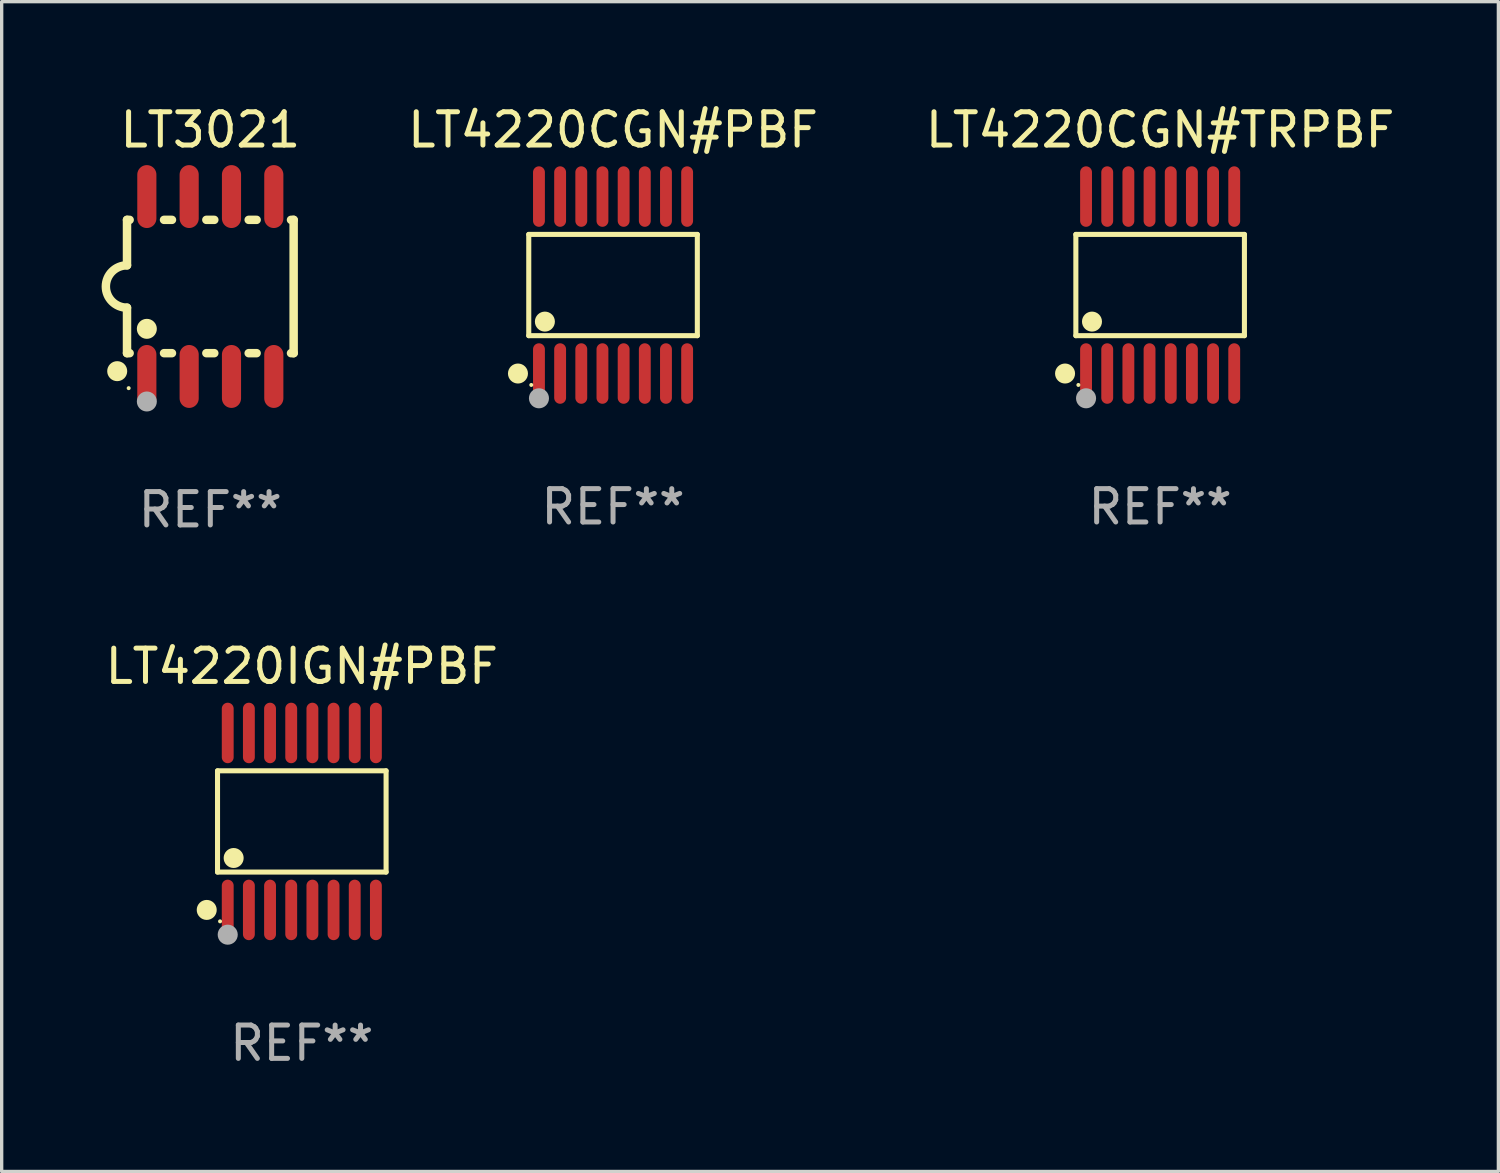
<source format=kicad_pcb>
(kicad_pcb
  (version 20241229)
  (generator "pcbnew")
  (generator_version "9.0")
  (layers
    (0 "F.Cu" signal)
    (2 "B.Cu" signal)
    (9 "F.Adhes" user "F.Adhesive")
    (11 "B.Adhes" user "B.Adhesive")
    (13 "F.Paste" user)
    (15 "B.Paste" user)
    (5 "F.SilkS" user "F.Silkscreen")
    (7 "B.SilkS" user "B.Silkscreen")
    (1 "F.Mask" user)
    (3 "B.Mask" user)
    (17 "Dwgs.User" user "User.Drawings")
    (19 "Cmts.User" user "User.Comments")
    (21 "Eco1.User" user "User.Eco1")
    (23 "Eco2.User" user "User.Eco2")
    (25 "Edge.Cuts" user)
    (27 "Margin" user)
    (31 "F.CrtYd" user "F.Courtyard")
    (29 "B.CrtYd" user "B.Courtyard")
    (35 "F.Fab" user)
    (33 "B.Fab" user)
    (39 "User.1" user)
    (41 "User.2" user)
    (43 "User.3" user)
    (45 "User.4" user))
  (footprint "LT4220IGN#PBF"
    (layer "F.Cu")
    (at 6.006 21.598)
    (property "Reference" "LT4220IGN#PBF" (at 0 -4.655 0) (layer "F.SilkS") (effects (font (size 1 1) (thickness 0.15))))
    (attr through_hole)
    (fp_line (start -2.529 -1.519) (end 2.529 -1.519) (stroke (width 0.152) (type solid)) (layer "F.SilkS"))
    (fp_line (start -2.529 1.519) (end -2.529 -1.519) (stroke (width 0.152) (type solid)) (layer "F.SilkS"))
    (fp_line (start 2.529 -1.519) (end 2.529 1.519) (stroke (width 0.152) (type solid)) (layer "F.SilkS"))
    (fp_line (start 2.529 1.519) (end -2.529 1.519) (stroke (width 0.152) (type solid)) (layer "F.SilkS"))
    (fp_circle (center -2.853 2.655) (end -2.703 2.655) (stroke (width 0.3) (type solid)) (fill no) (layer "F.SilkS"))
    (fp_circle (center -2.453 2.998) (end -2.423 2.998) (stroke (width 0.06) (type solid)) (fill no) (layer "F.SilkS"))
    (fp_circle (center -2.045 1.097) (end -1.895 1.097) (stroke (width 0.3) (type solid)) (fill no) (layer "F.SilkS"))
    (fp_circle (center -2.223 3.398) (end -2.072 3.398) (stroke (width 0.3) (type solid)) (fill no) (layer "F.Fab"))
    (fp_text user "REF**" (at 0 6.655 0) (layer "F.Fab") (effects (font (size 1 1) (thickness 0.15))))
    (pad "1" smd oval (at -2.223 2.655) (size 0.356 1.815) (layers "F.Cu" "F.Mask" "F.Paste"))
    (pad "2" smd oval (at -1.588 2.655) (size 0.356 1.815) (layers "F.Cu" "F.Mask" "F.Paste"))
    (pad "3" smd oval (at -0.953 2.655) (size 0.356 1.815) (layers "F.Cu" "F.Mask" "F.Paste"))
    (pad "4" smd oval (at -0.318 2.655) (size 0.356 1.815) (layers "F.Cu" "F.Mask" "F.Paste"))
    (pad "5" smd oval (at 0.318 2.655) (size 0.356 1.815) (layers "F.Cu" "F.Mask" "F.Paste"))
    (pad "6" smd oval (at 0.953 2.655) (size 0.356 1.815) (layers "F.Cu" "F.Mask" "F.Paste"))
    (pad "7" smd oval (at 1.588 2.655) (size 0.356 1.815) (layers "F.Cu" "F.Mask" "F.Paste"))
    (pad "8" smd oval (at 2.223 2.655) (size 0.356 1.815) (layers "F.Cu" "F.Mask" "F.Paste"))
    (pad "9" smd oval (at 2.223 -2.655) (size 0.356 1.815) (layers "F.Cu" "F.Mask" "F.Paste"))
    (pad "10" smd oval (at 1.588 -2.655) (size 0.356 1.815) (layers "F.Cu" "F.Mask" "F.Paste"))
    (pad "11" smd oval (at 0.953 -2.655) (size 0.356 1.815) (layers "F.Cu" "F.Mask" "F.Paste"))
    (pad "12" smd oval (at 0.318 -2.655) (size 0.356 1.815) (layers "F.Cu" "F.Mask" "F.Paste"))
    (pad "13" smd oval (at -0.318 -2.655) (size 0.356 1.815) (layers "F.Cu" "F.Mask" "F.Paste"))
    (pad "14" smd oval (at -0.953 -2.655) (size 0.356 1.815) (layers "F.Cu" "F.Mask" "F.Paste"))
    (pad "15" smd oval (at -1.588 -2.655) (size 0.356 1.815) (layers "F.Cu" "F.Mask" "F.Paste"))
    (pad "16" smd oval (at -2.223 -2.655) (size 0.356 1.815) (layers "F.Cu" "F.Mask" "F.Paste")))
  (footprint "LT4220CGN#PBF"
    (layer "F.Cu")
    (at 15.345 5.503)
    (property "Reference" "LT4220CGN#PBF" (at 0 -4.655 0) (layer "F.SilkS") (effects (font (size 1 1) (thickness 0.15))))
    (attr through_hole)
    (fp_line (start -2.529 -1.519) (end 2.529 -1.519) (stroke (width 0.152) (type solid)) (layer "F.SilkS"))
    (fp_line (start -2.529 1.519) (end -2.529 -1.519) (stroke (width 0.152) (type solid)) (layer "F.SilkS"))
    (fp_line (start 2.529 -1.519) (end 2.529 1.519) (stroke (width 0.152) (type solid)) (layer "F.SilkS"))
    (fp_line (start 2.529 1.519) (end -2.529 1.519) (stroke (width 0.152) (type solid)) (layer "F.SilkS"))
    (fp_circle (center -2.853 2.655) (end -2.703 2.655) (stroke (width 0.3) (type solid)) (fill no) (layer "F.SilkS"))
    (fp_circle (center -2.453 2.998) (end -2.423 2.998) (stroke (width 0.06) (type solid)) (fill no) (layer "F.SilkS"))
    (fp_circle (center -2.045 1.097) (end -1.895 1.097) (stroke (width 0.3) (type solid)) (fill no) (layer "F.SilkS"))
    (fp_circle (center -2.223 3.398) (end -2.072 3.398) (stroke (width 0.3) (type solid)) (fill no) (layer "F.Fab"))
    (fp_text user "REF**" (at 0 6.655 0) (layer "F.Fab") (effects (font (size 1 1) (thickness 0.15))))
    (pad "1" smd oval (at -2.223 2.655) (size 0.356 1.815) (layers "F.Cu" "F.Mask" "F.Paste"))
    (pad "2" smd oval (at -1.588 2.655) (size 0.356 1.815) (layers "F.Cu" "F.Mask" "F.Paste"))
    (pad "3" smd oval (at -0.953 2.655) (size 0.356 1.815) (layers "F.Cu" "F.Mask" "F.Paste"))
    (pad "4" smd oval (at -0.318 2.655) (size 0.356 1.815) (layers "F.Cu" "F.Mask" "F.Paste"))
    (pad "5" smd oval (at 0.318 2.655) (size 0.356 1.815) (layers "F.Cu" "F.Mask" "F.Paste"))
    (pad "6" smd oval (at 0.953 2.655) (size 0.356 1.815) (layers "F.Cu" "F.Mask" "F.Paste"))
    (pad "7" smd oval (at 1.588 2.655) (size 0.356 1.815) (layers "F.Cu" "F.Mask" "F.Paste"))
    (pad "8" smd oval (at 2.223 2.655) (size 0.356 1.815) (layers "F.Cu" "F.Mask" "F.Paste"))
    (pad "9" smd oval (at 2.223 -2.655) (size 0.356 1.815) (layers "F.Cu" "F.Mask" "F.Paste"))
    (pad "10" smd oval (at 1.588 -2.655) (size 0.356 1.815) (layers "F.Cu" "F.Mask" "F.Paste"))
    (pad "11" smd oval (at 0.953 -2.655) (size 0.356 1.815) (layers "F.Cu" "F.Mask" "F.Paste"))
    (pad "12" smd oval (at 0.318 -2.655) (size 0.356 1.815) (layers "F.Cu" "F.Mask" "F.Paste"))
    (pad "13" smd oval (at -0.318 -2.655) (size 0.356 1.815) (layers "F.Cu" "F.Mask" "F.Paste"))
    (pad "14" smd oval (at -0.953 -2.655) (size 0.356 1.815) (layers "F.Cu" "F.Mask" "F.Paste"))
    (pad "15" smd oval (at -1.588 -2.655) (size 0.356 1.815) (layers "F.Cu" "F.Mask" "F.Paste"))
    (pad "16" smd oval (at -2.223 -2.655) (size 0.356 1.815) (layers "F.Cu" "F.Mask" "F.Paste")))
  (footprint "LT4220CGN#TRPBF"
    (layer "F.Cu")
    (at 31.761 5.503)
    (property "Reference" "LT4220CGN#TRPBF" (at 0 -4.655 0) (layer "F.SilkS") (effects (font (size 1 1) (thickness 0.15))))
    (attr through_hole)
    (fp_line (start -2.529 -1.519) (end 2.529 -1.519) (stroke (width 0.152) (type solid)) (layer "F.SilkS"))
    (fp_line (start -2.529 1.519) (end -2.529 -1.519) (stroke (width 0.152) (type solid)) (layer "F.SilkS"))
    (fp_line (start 2.529 -1.519) (end 2.529 1.519) (stroke (width 0.152) (type solid)) (layer "F.SilkS"))
    (fp_line (start 2.529 1.519) (end -2.529 1.519) (stroke (width 0.152) (type solid)) (layer "F.SilkS"))
    (fp_circle (center -2.853 2.655) (end -2.703 2.655) (stroke (width 0.3) (type solid)) (fill no) (layer "F.SilkS"))
    (fp_circle (center -2.453 2.998) (end -2.423 2.998) (stroke (width 0.06) (type solid)) (fill no) (layer "F.SilkS"))
    (fp_circle (center -2.045 1.097) (end -1.895 1.097) (stroke (width 0.3) (type solid)) (fill no) (layer "F.SilkS"))
    (fp_circle (center -2.223 3.398) (end -2.072 3.398) (stroke (width 0.3) (type solid)) (fill no) (layer "F.Fab"))
    (fp_text user "REF**" (at 0 6.655 0) (layer "F.Fab") (effects (font (size 1 1) (thickness 0.15))))
    (pad "1" smd oval (at -2.223 2.655) (size 0.356 1.815) (layers "F.Cu" "F.Mask" "F.Paste"))
    (pad "2" smd oval (at -1.588 2.655) (size 0.356 1.815) (layers "F.Cu" "F.Mask" "F.Paste"))
    (pad "3" smd oval (at -0.953 2.655) (size 0.356 1.815) (layers "F.Cu" "F.Mask" "F.Paste"))
    (pad "4" smd oval (at -0.318 2.655) (size 0.356 1.815) (layers "F.Cu" "F.Mask" "F.Paste"))
    (pad "5" smd oval (at 0.318 2.655) (size 0.356 1.815) (layers "F.Cu" "F.Mask" "F.Paste"))
    (pad "6" smd oval (at 0.953 2.655) (size 0.356 1.815) (layers "F.Cu" "F.Mask" "F.Paste"))
    (pad "7" smd oval (at 1.588 2.655) (size 0.356 1.815) (layers "F.Cu" "F.Mask" "F.Paste"))
    (pad "8" smd oval (at 2.223 2.655) (size 0.356 1.815) (layers "F.Cu" "F.Mask" "F.Paste"))
    (pad "9" smd oval (at 2.223 -2.655) (size 0.356 1.815) (layers "F.Cu" "F.Mask" "F.Paste"))
    (pad "10" smd oval (at 1.588 -2.655) (size 0.356 1.815) (layers "F.Cu" "F.Mask" "F.Paste"))
    (pad "11" smd oval (at 0.953 -2.655) (size 0.356 1.815) (layers "F.Cu" "F.Mask" "F.Paste"))
    (pad "12" smd oval (at 0.318 -2.655) (size 0.356 1.815) (layers "F.Cu" "F.Mask" "F.Paste"))
    (pad "13" smd oval (at -0.318 -2.655) (size 0.356 1.815) (layers "F.Cu" "F.Mask" "F.Paste"))
    (pad "14" smd oval (at -0.953 -2.655) (size 0.356 1.815) (layers "F.Cu" "F.Mask" "F.Paste"))
    (pad "15" smd oval (at -1.588 -2.655) (size 0.356 1.815) (layers "F.Cu" "F.Mask" "F.Paste"))
    (pad "16" smd oval (at -2.223 -2.655) (size 0.356 1.815) (layers "F.Cu" "F.Mask" "F.Paste")))
  (footprint "LT3021"
    (layer "F.Cu")
    (at 3.261 5.547)
    (property "Reference" "LT3021" (at 0 -4.699 0) (layer "F.SilkS") (effects (font (size 1 1) (thickness 0.15))))
    (attr through_hole)
    (fp_line (start -2.5 -2) (end -2.5 -0.635) (stroke (width 0.254) (type solid)) (layer "F.SilkS"))
    (fp_line (start -2.5 -2) (end -2.421 -2) (stroke (width 0.254) (type solid)) (layer "F.SilkS"))
    (fp_line (start -2.5 2) (end -2.5 0.635) (stroke (width 0.254) (type solid)) (layer "F.SilkS"))
    (fp_line (start -2.5 2) (end -2.421 2) (stroke (width 0.254) (type solid)) (layer "F.SilkS"))
    (fp_line (start -1.389 -2) (end -1.151 -2) (stroke (width 0.254) (type solid)) (layer "F.SilkS"))
    (fp_line (start -1.389 2) (end -1.151 2) (stroke (width 0.254) (type solid)) (layer "F.SilkS"))
    (fp_line (start -0.119 -2) (end 0.119 -2) (stroke (width 0.254) (type solid)) (layer "F.SilkS"))
    (fp_line (start -0.119 2) (end 0.119 2) (stroke (width 0.254) (type solid)) (layer "F.SilkS"))
    (fp_line (start 1.151 -2) (end 1.389 -2) (stroke (width 0.254) (type solid)) (layer "F.SilkS"))
    (fp_line (start 1.151 2) (end 1.389 2) (stroke (width 0.254) (type solid)) (layer "F.SilkS"))
    (fp_line (start 2.421 -2) (end 2.5 -2) (stroke (width 0.254) (type solid)) (layer "F.SilkS"))
    (fp_line (start 2.421 2) (end 2.5 2) (stroke (width 0.254) (type solid)) (layer "F.SilkS"))
    (fp_line (start 2.5 -2) (end 2.5 2) (stroke (width 0.254) (type solid)) (layer "F.SilkS"))
    (fp_arc (start -2.5 0.635001) (mid -3.134366 -0.000318) (end -2.499365 -0.635001) (stroke (width 0.254001) (type solid)) (layer "F.SilkS"))
    (fp_circle (center -2.794 2.54) (end -2.644 2.54) (stroke (width 0.3) (type solid)) (fill no) (layer "F.SilkS"))
    (fp_circle (center -2.45 3.05) (end -2.42 3.05) (stroke (width 0.06) (type solid)) (fill no) (layer "F.SilkS"))
    (fp_circle (center -1.905 1.27) (end -1.755 1.27) (stroke (width 0.3) (type solid)) (fill no) (layer "F.SilkS"))
    (fp_circle (center -1.905 3.45) (end -1.755 3.45) (stroke (width 0.3) (type solid)) (fill no) (layer "F.Fab"))
    (fp_text user "REF**" (at 0 6.699 0) (layer "F.Fab") (effects (font (size 1 1) (thickness 0.15))))
    (pad "1" smd oval (at -1.905 2.699) (size 0.574 1.888) (layers "F.Cu" "F.Mask" "F.Paste"))
    (pad "2" smd oval (at -0.635 2.699) (size 0.574 1.888) (layers "F.Cu" "F.Mask" "F.Paste"))
    (pad "3" smd oval (at 0.635 2.699) (size 0.574 1.888) (layers "F.Cu" "F.Mask" "F.Paste"))
    (pad "4" smd oval (at 1.905 2.699) (size 0.574 1.888) (layers "F.Cu" "F.Mask" "F.Paste"))
    (pad "5" smd oval (at 1.905 -2.699) (size 0.574 1.888) (layers "F.Cu" "F.Mask" "F.Paste"))
    (pad "6" smd oval (at 0.635 -2.699) (size 0.574 1.888) (layers "F.Cu" "F.Mask" "F.Paste"))
    (pad "7" smd oval (at -0.635 -2.699) (size 0.574 1.888) (layers "F.Cu" "F.Mask" "F.Paste"))
    (pad "8" smd oval (at -1.905 -2.699) (size 0.574 1.888) (layers "F.Cu" "F.Mask" "F.Paste")))
  (gr_rect
    (start -3 -3)
    (end 41.91 32.101)
    (stroke (width 0.1) (type default))
    (fill no)
    (layer "Edge.Cuts")))
</source>
